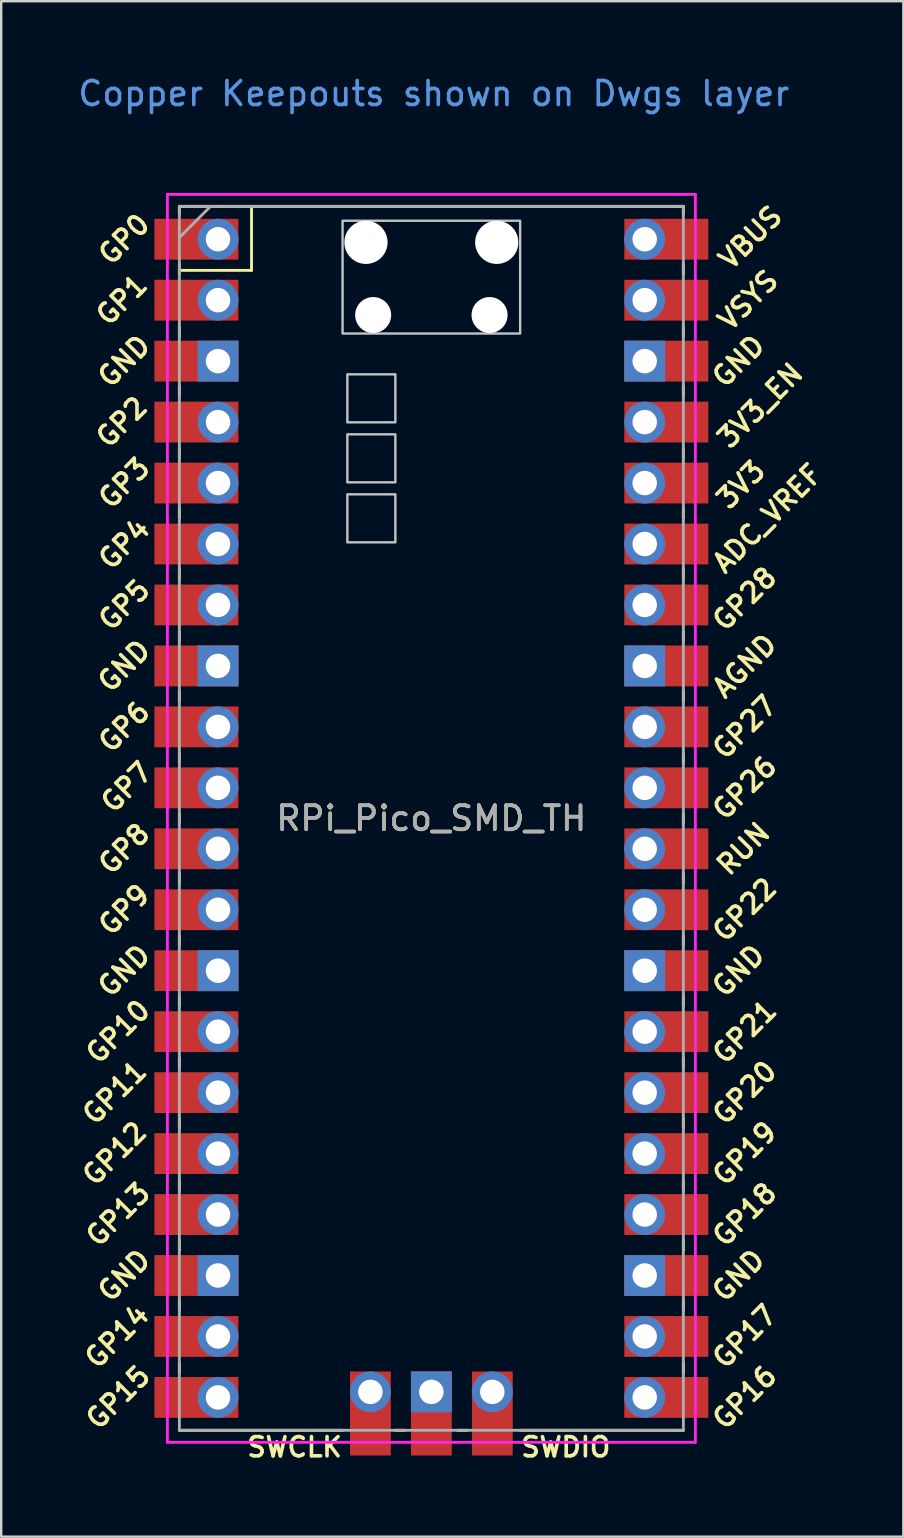
<source format=kicad_pcb>
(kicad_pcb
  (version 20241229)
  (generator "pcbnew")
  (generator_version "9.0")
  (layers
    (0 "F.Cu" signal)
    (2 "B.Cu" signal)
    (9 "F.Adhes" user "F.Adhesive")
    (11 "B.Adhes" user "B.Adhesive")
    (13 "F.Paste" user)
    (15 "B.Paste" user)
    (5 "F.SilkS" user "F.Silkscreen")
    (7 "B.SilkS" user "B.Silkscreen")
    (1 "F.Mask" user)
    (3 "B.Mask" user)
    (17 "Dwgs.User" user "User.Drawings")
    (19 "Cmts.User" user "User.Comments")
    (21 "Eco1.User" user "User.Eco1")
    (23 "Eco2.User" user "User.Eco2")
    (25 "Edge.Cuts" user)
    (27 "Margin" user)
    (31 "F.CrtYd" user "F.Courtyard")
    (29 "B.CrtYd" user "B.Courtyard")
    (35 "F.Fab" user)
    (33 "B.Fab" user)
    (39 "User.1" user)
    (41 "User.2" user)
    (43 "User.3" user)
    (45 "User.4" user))
  (footprint "RPi_Pico_SMD_TH"
    (layer "F.Cu")
    (at 14.924 31.048)
    (property "Reference" "RPi_Pico_SMD_TH" (at 0 0 0) (layer "F.SilkS") (effects (font (size 1 1) (thickness 0.15))))
    (attr through_hole)
    (fp_line (start -10.5 -25.5) (end -10.5 -25.2) (stroke (width 0.12) (type solid)) (layer "F.SilkS"))
    (fp_line (start -10.5 -25.5) (end 10.5 -25.5) (stroke (width 0.12) (type solid)) (layer "F.SilkS"))
    (fp_line (start -10.5 -23.1) (end -10.5 -22.7) (stroke (width 0.12) (type solid)) (layer "F.SilkS"))
    (fp_line (start -10.5 -22.833) (end -7.493 -22.833) (stroke (width 0.12) (type solid)) (layer "F.SilkS"))
    (fp_line (start -10.5 -20.5) (end -10.5 -20.1) (stroke (width 0.12) (type solid)) (layer "F.SilkS"))
    (fp_line (start -10.5 -18) (end -10.5 -17.6) (stroke (width 0.12) (type solid)) (layer "F.SilkS"))
    (fp_line (start -10.5 -15.4) (end -10.5 -15) (stroke (width 0.12) (type solid)) (layer "F.SilkS"))
    (fp_line (start -10.5 -12.9) (end -10.5 -12.5) (stroke (width 0.12) (type solid)) (layer "F.SilkS"))
    (fp_line (start -10.5 -10.4) (end -10.5 -10) (stroke (width 0.12) (type solid)) (layer "F.SilkS"))
    (fp_line (start -10.5 -7.8) (end -10.5 -7.4) (stroke (width 0.12) (type solid)) (layer "F.SilkS"))
    (fp_line (start -10.5 -5.3) (end -10.5 -4.9) (stroke (width 0.12) (type solid)) (layer "F.SilkS"))
    (fp_line (start -10.5 -2.7) (end -10.5 -2.3) (stroke (width 0.12) (type solid)) (layer "F.SilkS"))
    (fp_line (start -10.5 -0.2) (end -10.5 0.2) (stroke (width 0.12) (type solid)) (layer "F.SilkS"))
    (fp_line (start -10.5 2.3) (end -10.5 2.7) (stroke (width 0.12) (type solid)) (layer "F.SilkS"))
    (fp_line (start -10.5 4.9) (end -10.5 5.3) (stroke (width 0.12) (type solid)) (layer "F.SilkS"))
    (fp_line (start -10.5 7.4) (end -10.5 7.8) (stroke (width 0.12) (type solid)) (layer "F.SilkS"))
    (fp_line (start -10.5 10) (end -10.5 10.4) (stroke (width 0.12) (type solid)) (layer "F.SilkS"))
    (fp_line (start -10.5 12.5) (end -10.5 12.9) (stroke (width 0.12) (type solid)) (layer "F.SilkS"))
    (fp_line (start -10.5 15.1) (end -10.5 15.5) (stroke (width 0.12) (type solid)) (layer "F.SilkS"))
    (fp_line (start -10.5 17.6) (end -10.5 18) (stroke (width 0.12) (type solid)) (layer "F.SilkS"))
    (fp_line (start -10.5 20.1) (end -10.5 20.5) (stroke (width 0.12) (type solid)) (layer "F.SilkS"))
    (fp_line (start -10.5 22.7) (end -10.5 23.1) (stroke (width 0.12) (type solid)) (layer "F.SilkS"))
    (fp_line (start -7.493 -22.833) (end -7.493 -25.5) (stroke (width 0.12) (type solid)) (layer "F.SilkS"))
    (fp_line (start -3.7 25.5) (end -10.5 25.5) (stroke (width 0.12) (type solid)) (layer "F.SilkS"))
    (fp_line (start -1.5 25.5) (end -1.1 25.5) (stroke (width 0.12) (type solid)) (layer "F.SilkS"))
    (fp_line (start 1.1 25.5) (end 1.5 25.5) (stroke (width 0.12) (type solid)) (layer "F.SilkS"))
    (fp_line (start 10.5 -25.5) (end 10.5 -25.2) (stroke (width 0.12) (type solid)) (layer "F.SilkS"))
    (fp_line (start 10.5 -23.1) (end 10.5 -22.7) (stroke (width 0.12) (type solid)) (layer "F.SilkS"))
    (fp_line (start 10.5 -20.5) (end 10.5 -20.1) (stroke (width 0.12) (type solid)) (layer "F.SilkS"))
    (fp_line (start 10.5 -18) (end 10.5 -17.6) (stroke (width 0.12) (type solid)) (layer "F.SilkS"))
    (fp_line (start 10.5 -15.4) (end 10.5 -15) (stroke (width 0.12) (type solid)) (layer "F.SilkS"))
    (fp_line (start 10.5 -12.9) (end 10.5 -12.5) (stroke (width 0.12) (type solid)) (layer "F.SilkS"))
    (fp_line (start 10.5 -10.4) (end 10.5 -10) (stroke (width 0.12) (type solid)) (layer "F.SilkS"))
    (fp_line (start 10.5 -7.8) (end 10.5 -7.4) (stroke (width 0.12) (type solid)) (layer "F.SilkS"))
    (fp_line (start 10.5 -5.3) (end 10.5 -4.9) (stroke (width 0.12) (type solid)) (layer "F.SilkS"))
    (fp_line (start 10.5 -2.7) (end 10.5 -2.3) (stroke (width 0.12) (type solid)) (layer "F.SilkS"))
    (fp_line (start 10.5 -0.2) (end 10.5 0.2) (stroke (width 0.12) (type solid)) (layer "F.SilkS"))
    (fp_line (start 10.5 2.3) (end 10.5 2.7) (stroke (width 0.12) (type solid)) (layer "F.SilkS"))
    (fp_line (start 10.5 4.9) (end 10.5 5.3) (stroke (width 0.12) (type solid)) (layer "F.SilkS"))
    (fp_line (start 10.5 7.4) (end 10.5 7.8) (stroke (width 0.12) (type solid)) (layer "F.SilkS"))
    (fp_line (start 10.5 10) (end 10.5 10.4) (stroke (width 0.12) (type solid)) (layer "F.SilkS"))
    (fp_line (start 10.5 12.5) (end 10.5 12.9) (stroke (width 0.12) (type solid)) (layer "F.SilkS"))
    (fp_line (start 10.5 15.1) (end 10.5 15.5) (stroke (width 0.12) (type solid)) (layer "F.SilkS"))
    (fp_line (start 10.5 17.6) (end 10.5 18) (stroke (width 0.12) (type solid)) (layer "F.SilkS"))
    (fp_line (start 10.5 20.1) (end 10.5 20.5) (stroke (width 0.12) (type solid)) (layer "F.SilkS"))
    (fp_line (start 10.5 22.7) (end 10.5 23.1) (stroke (width 0.12) (type solid)) (layer "F.SilkS"))
    (fp_line (start 10.5 25.5) (end 3.7 25.5) (stroke (width 0.12) (type solid)) (layer "F.SilkS"))
    (fp_poly (pts (xy -1.5 -16.5) (xy -3.5 -16.5) (xy -3.5 -18.5) (xy -1.5 -18.5)) (stroke (width 0.1) (type solid)) (fill no) (layer "Dwgs.User"))
    (fp_poly (pts (xy -1.5 -14) (xy -3.5 -14) (xy -3.5 -16) (xy -1.5 -16)) (stroke (width 0.1) (type solid)) (fill no) (layer "Dwgs.User"))
    (fp_poly (pts (xy -1.5 -11.5) (xy -3.5 -11.5) (xy -3.5 -13.5) (xy -1.5 -13.5)) (stroke (width 0.1) (type solid)) (fill no) (layer "Dwgs.User"))
    (fp_poly (pts (xy 3.7 -20.2) (xy -3.7 -20.2) (xy -3.7 -24.9) (xy 3.7 -24.9)) (stroke (width 0.1) (type solid)) (fill no) (layer "Dwgs.User"))
    (fp_line (start -11 -26) (end 11 -26) (stroke (width 0.12) (type solid)) (layer "F.CrtYd"))
    (fp_line (start -11 26) (end -11 -26) (stroke (width 0.12) (type solid)) (layer "F.CrtYd"))
    (fp_line (start 11 -26) (end 11 26) (stroke (width 0.12) (type solid)) (layer "F.CrtYd"))
    (fp_line (start 11 26) (end -11 26) (stroke (width 0.12) (type solid)) (layer "F.CrtYd"))
    (fp_line (start -10.5 -25.5) (end 10.5 -25.5) (stroke (width 0.12) (type solid)) (layer "F.Fab"))
    (fp_line (start -10.5 -24.2) (end -9.2 -25.5) (stroke (width 0.12) (type solid)) (layer "F.Fab"))
    (fp_line (start -10.5 25.5) (end -10.5 -25.5) (stroke (width 0.12) (type solid)) (layer "F.Fab"))
    (fp_line (start 10.5 -25.5) (end 10.5 25.5) (stroke (width 0.12) (type solid)) (layer "F.Fab"))
    (fp_line (start 10.5 25.5) (end -10.5 25.5) (stroke (width 0.12) (type solid)) (layer "F.Fab"))
    (fp_text user "GP13" (at -13.054 16.51 45) (layer "F.SilkS") (effects (font (size 0.8 0.8) (thickness 0.15))))
    (fp_text user "GND" (at 12.8 19.05 45) (layer "F.SilkS") (effects (font (size 0.8 0.8) (thickness 0.15))))
    (fp_text user "GP3" (at -12.8 -13.97 45) (layer "F.SilkS") (effects (font (size 0.8 0.8) (thickness 0.15))))
    (fp_text user "GP16" (at 13.054 24.13 45) (layer "F.SilkS") (effects (font (size 0.8 0.8) (thickness 0.15))))
    (fp_text user "GP22" (at 13.054 3.81 45) (layer "F.SilkS") (effects (font (size 0.8 0.8) (thickness 0.15))))
    (fp_text user "GP18" (at 13.054 16.51 45) (layer "F.SilkS") (effects (font (size 0.8 0.8) (thickness 0.15))))
    (fp_text user "ADC_VREF" (at 14 -12.5 45) (layer "F.SilkS") (effects (font (size 0.8 0.8) (thickness 0.15))))
    (fp_text user "RUN" (at 13 1.27 45) (layer "F.SilkS") (effects (font (size 0.8 0.8) (thickness 0.15))))
    (fp_text user "GP1" (at -12.9 -21.6 45) (layer "F.SilkS") (effects (font (size 0.8 0.8) (thickness 0.15))))
    (fp_text user "GP21" (at 13.054 8.9 45) (layer "F.SilkS") (effects (font (size 0.8 0.8) (thickness 0.15))))
    (fp_text user "SWCLK" (at -5.7 26.2 0) (layer "F.SilkS") (effects (font (size 0.8 0.8) (thickness 0.15))))
    (fp_text user "GND" (at -12.8 19.05 45) (layer "F.SilkS") (effects (font (size 0.8 0.8) (thickness 0.15))))
    (fp_text user "GP28" (at 13.054 -9.144 45) (layer "F.SilkS") (effects (font (size 0.8 0.8) (thickness 0.15))))
    (fp_text user "GP5" (at -12.8 -8.89 45) (layer "F.SilkS") (effects (font (size 0.8 0.8) (thickness 0.15))))
    (fp_text user "GP7" (at -12.7 -1.3 45) (layer "F.SilkS") (effects (font (size 0.8 0.8) (thickness 0.15))))
    (fp_text user "GP6" (at -12.8 -3.81 45) (layer "F.SilkS") (effects (font (size 0.8 0.8) (thickness 0.15))))
    (fp_text user "GND" (at -12.8 -19.05 45) (layer "F.SilkS") (effects (font (size 0.8 0.8) (thickness 0.15))))
    (fp_text user "VBUS" (at 13.3 -24.2 45) (layer "F.SilkS") (effects (font (size 0.8 0.8) (thickness 0.15))))
    (fp_text user "GP10" (at -13.054 8.89 45) (layer "F.SilkS") (effects (font (size 0.8 0.8) (thickness 0.15))))
    (fp_text user "GP8" (at -12.8 1.27 45) (layer "F.SilkS") (effects (font (size 0.8 0.8) (thickness 0.15))))
    (fp_text user "GP4" (at -12.8 -11.43 45) (layer "F.SilkS") (effects (font (size 0.8 0.8) (thickness 0.15))))
    (fp_text user "AGND" (at 13.054 -6.35 45) (layer "F.SilkS") (effects (font (size 0.8 0.8) (thickness 0.15))))
    (fp_text user "GND" (at 12.8 -19.05 45) (layer "F.SilkS") (effects (font (size 0.8 0.8) (thickness 0.15))))
    (fp_text user "GP12" (at -13.2 13.97 45) (layer "F.SilkS") (effects (font (size 0.8 0.8) (thickness 0.15))))
    (fp_text user "GP20" (at 13.054 11.43 45) (layer "F.SilkS") (effects (font (size 0.8 0.8) (thickness 0.15))))
    (fp_text user "GP17" (at 13.054 21.59 45) (layer "F.SilkS") (effects (font (size 0.8 0.8) (thickness 0.15))))
    (fp_text user "GND" (at -12.8 6.35 45) (layer "F.SilkS") (effects (font (size 0.8 0.8) (thickness 0.15))))
    (fp_text user "GP19" (at 13.054 13.97 45) (layer "F.SilkS") (effects (font (size 0.8 0.8) (thickness 0.15))))
    (fp_text user "GP11" (at -13.2 11.43 45) (layer "F.SilkS") (effects (font (size 0.8 0.8) (thickness 0.15))))
    (fp_text user "GND" (at 12.8 6.35 45) (layer "F.SilkS") (effects (font (size 0.8 0.8) (thickness 0.15))))
    (fp_text user "GP2" (at -12.9 -16.51 45) (layer "F.SilkS") (effects (font (size 0.8 0.8) (thickness 0.15))))
    (fp_text user "GP9" (at -12.8 3.81 45) (layer "F.SilkS") (effects (font (size 0.8 0.8) (thickness 0.15))))
    (fp_text user "3V3_EN" (at 13.7 -17.2 45) (layer "F.SilkS") (effects (font (size 0.8 0.8) (thickness 0.15))))
    (fp_text user "GND" (at -12.8 -6.35 45) (layer "F.SilkS") (effects (font (size 0.8 0.8) (thickness 0.15))))
    (fp_text user "GP26" (at 13.054 -1.27 45) (layer "F.SilkS") (effects (font (size 0.8 0.8) (thickness 0.15))))
    (fp_text user "GP0" (at -12.8 -24.13 45) (layer "F.SilkS") (effects (font (size 0.8 0.8) (thickness 0.15))))
    (fp_text user "GP27" (at 13.054 -3.8 45) (layer "F.SilkS") (effects (font (size 0.8 0.8) (thickness 0.15))))
    (fp_text user "GP14" (at -13.1 21.59 45) (layer "F.SilkS") (effects (font (size 0.8 0.8) (thickness 0.15))))
    (fp_text user "SWDIO" (at 5.6 26.2 0) (layer "F.SilkS") (effects (font (size 0.8 0.8) (thickness 0.15))))
    (fp_text user "3V3" (at 12.9 -13.9 45) (layer "F.SilkS") (effects (font (size 0.8 0.8) (thickness 0.15))))
    (fp_text user "VSYS" (at 13.2 -21.59 45) (layer "F.SilkS") (effects (font (size 0.8 0.8) (thickness 0.15))))
    (fp_text user "GP15" (at -13.054 24.13 45) (layer "F.SilkS") (effects (font (size 0.8 0.8) (thickness 0.15))))
    (fp_text user "Copper Keepouts shown on Dwgs layer" (at 0.1 -30.2 0) (layer "Cmts.User") (effects (font (size 1 1) (thickness 0.15))))
    (fp_text user "${REFERENCE}" (at 0 0 180) (layer "F.Fab") (effects (font (size 1 1) (thickness 0.15))))
    (pad "" np_thru_hole oval (at -2.725 -24) (size 1.8 1.8) (drill 1.8) (layers "*.Cu" "*.Mask"))
    (pad "" np_thru_hole oval (at -2.425 -20.97) (size 1.5 1.5) (drill 1.5) (layers "*.Cu" "*.Mask"))
    (pad "" np_thru_hole oval (at 2.425 -20.97) (size 1.5 1.5) (drill 1.5) (layers "*.Cu" "*.Mask"))
    (pad "" np_thru_hole oval (at 2.725 -24) (size 1.8 1.8) (drill 1.8) (layers "*.Cu" "*.Mask"))
    (pad "1" thru_hole oval (at -8.89 -24.13) (size 1.7 1.7) (drill 1.02) (layers "*.Cu" "*.Mask"))
    (pad "1" smd rect (at -8.89 -24.13) (size 3.5 1.7) (drill (offset -0.9 0)) (layers "F.Cu" "F.Mask"))
    (pad "2" thru_hole oval (at -8.89 -21.59) (size 1.7 1.7) (drill 1.02) (layers "*.Cu" "*.Mask"))
    (pad "2" smd rect (at -8.89 -21.59) (size 3.5 1.7) (drill (offset -0.9 0)) (layers "F.Cu" "F.Mask"))
    (pad "3" thru_hole rect (at -8.89 -19.05) (size 1.7 1.7) (drill 1.02) (layers "*.Cu" "*.Mask"))
    (pad "3" smd rect (at -8.89 -19.05) (size 3.5 1.7) (drill (offset -0.9 0)) (layers "F.Cu" "F.Mask"))
    (pad "4" thru_hole oval (at -8.89 -16.51) (size 1.7 1.7) (drill 1.02) (layers "*.Cu" "*.Mask"))
    (pad "4" smd rect (at -8.89 -16.51) (size 3.5 1.7) (drill (offset -0.9 0)) (layers "F.Cu" "F.Mask"))
    (pad "5" thru_hole oval (at -8.89 -13.97) (size 1.7 1.7) (drill 1.02) (layers "*.Cu" "*.Mask"))
    (pad "5" smd rect (at -8.89 -13.97) (size 3.5 1.7) (drill (offset -0.9 0)) (layers "F.Cu" "F.Mask"))
    (pad "6" thru_hole oval (at -8.89 -11.43) (size 1.7 1.7) (drill 1.02) (layers "*.Cu" "*.Mask"))
    (pad "6" smd rect (at -8.89 -11.43) (size 3.5 1.7) (drill (offset -0.9 0)) (layers "F.Cu" "F.Mask"))
    (pad "7" thru_hole oval (at -8.89 -8.89) (size 1.7 1.7) (drill 1.02) (layers "*.Cu" "*.Mask"))
    (pad "7" smd rect (at -8.89 -8.89) (size 3.5 1.7) (drill (offset -0.9 0)) (layers "F.Cu" "F.Mask"))
    (pad "8" thru_hole rect (at -8.89 -6.35) (size 1.7 1.7) (drill 1.02) (layers "*.Cu" "*.Mask"))
    (pad "8" smd rect (at -8.89 -6.35) (size 3.5 1.7) (drill (offset -0.9 0)) (layers "F.Cu" "F.Mask"))
    (pad "9" thru_hole oval (at -8.89 -3.81) (size 1.7 1.7) (drill 1.02) (layers "*.Cu" "*.Mask"))
    (pad "9" smd rect (at -8.89 -3.81) (size 3.5 1.7) (drill (offset -0.9 0)) (layers "F.Cu" "F.Mask"))
    (pad "10" thru_hole oval (at -8.89 -1.27) (size 1.7 1.7) (drill 1.02) (layers "*.Cu" "*.Mask"))
    (pad "10" smd rect (at -8.89 -1.27) (size 3.5 1.7) (drill (offset -0.9 0)) (layers "F.Cu" "F.Mask"))
    (pad "11" thru_hole oval (at -8.89 1.27) (size 1.7 1.7) (drill 1.02) (layers "*.Cu" "*.Mask"))
    (pad "11" smd rect (at -8.89 1.27) (size 3.5 1.7) (drill (offset -0.9 0)) (layers "F.Cu" "F.Mask"))
    (pad "12" thru_hole oval (at -8.89 3.81) (size 1.7 1.7) (drill 1.02) (layers "*.Cu" "*.Mask"))
    (pad "12" smd rect (at -8.89 3.81) (size 3.5 1.7) (drill (offset -0.9 0)) (layers "F.Cu" "F.Mask"))
    (pad "13" thru_hole rect (at -8.89 6.35) (size 1.7 1.7) (drill 1.02) (layers "*.Cu" "*.Mask"))
    (pad "13" smd rect (at -8.89 6.35) (size 3.5 1.7) (drill (offset -0.9 0)) (layers "F.Cu" "F.Mask"))
    (pad "14" thru_hole oval (at -8.89 8.89) (size 1.7 1.7) (drill 1.02) (layers "*.Cu" "*.Mask"))
    (pad "14" smd rect (at -8.89 8.89) (size 3.5 1.7) (drill (offset -0.9 0)) (layers "F.Cu" "F.Mask"))
    (pad "15" thru_hole oval (at -8.89 11.43) (size 1.7 1.7) (drill 1.02) (layers "*.Cu" "*.Mask"))
    (pad "15" smd rect (at -8.89 11.43) (size 3.5 1.7) (drill (offset -0.9 0)) (layers "F.Cu" "F.Mask"))
    (pad "16" thru_hole oval (at -8.89 13.97) (size 1.7 1.7) (drill 1.02) (layers "*.Cu" "*.Mask"))
    (pad "16" smd rect (at -8.89 13.97) (size 3.5 1.7) (drill (offset -0.9 0)) (layers "F.Cu" "F.Mask"))
    (pad "17" thru_hole oval (at -8.89 16.51) (size 1.7 1.7) (drill 1.02) (layers "*.Cu" "*.Mask"))
    (pad "17" smd rect (at -8.89 16.51) (size 3.5 1.7) (drill (offset -0.9 0)) (layers "F.Cu" "F.Mask"))
    (pad "18" thru_hole rect (at -8.89 19.05) (size 1.7 1.7) (drill 1.02) (layers "*.Cu" "*.Mask"))
    (pad "18" smd rect (at -8.89 19.05) (size 3.5 1.7) (drill (offset -0.9 0)) (layers "F.Cu" "F.Mask"))
    (pad "19" thru_hole oval (at -8.89 21.59) (size 1.7 1.7) (drill 1.02) (layers "*.Cu" "*.Mask"))
    (pad "19" smd rect (at -8.89 21.59) (size 3.5 1.7) (drill (offset -0.9 0)) (layers "F.Cu" "F.Mask"))
    (pad "20" thru_hole oval (at -8.89 24.13) (size 1.7 1.7) (drill 1.02) (layers "*.Cu" "*.Mask"))
    (pad "20" smd rect (at -8.89 24.13) (size 3.5 1.7) (drill (offset -0.9 0)) (layers "F.Cu" "F.Mask"))
    (pad "21" thru_hole oval (at 8.89 24.13) (size 1.7 1.7) (drill 1.02) (layers "*.Cu" "*.Mask"))
    (pad "21" smd rect (at 8.89 24.13) (size 3.5 1.7) (drill (offset 0.9 0)) (layers "F.Cu" "F.Mask"))
    (pad "22" thru_hole oval (at 8.89 21.59) (size 1.7 1.7) (drill 1.02) (layers "*.Cu" "*.Mask"))
    (pad "22" smd rect (at 8.89 21.59) (size 3.5 1.7) (drill (offset 0.9 0)) (layers "F.Cu" "F.Mask"))
    (pad "23" thru_hole rect (at 8.89 19.05) (size 1.7 1.7) (drill 1.02) (layers "*.Cu" "*.Mask"))
    (pad "23" smd rect (at 8.89 19.05) (size 3.5 1.7) (drill (offset 0.9 0)) (layers "F.Cu" "F.Mask"))
    (pad "24" thru_hole oval (at 8.89 16.51) (size 1.7 1.7) (drill 1.02) (layers "*.Cu" "*.Mask"))
    (pad "24" smd rect (at 8.89 16.51) (size 3.5 1.7) (drill (offset 0.9 0)) (layers "F.Cu" "F.Mask"))
    (pad "25" thru_hole oval (at 8.89 13.97) (size 1.7 1.7) (drill 1.02) (layers "*.Cu" "*.Mask"))
    (pad "25" smd rect (at 8.89 13.97) (size 3.5 1.7) (drill (offset 0.9 0)) (layers "F.Cu" "F.Mask"))
    (pad "26" thru_hole oval (at 8.89 11.43) (size 1.7 1.7) (drill 1.02) (layers "*.Cu" "*.Mask"))
    (pad "26" smd rect (at 8.89 11.43) (size 3.5 1.7) (drill (offset 0.9 0)) (layers "F.Cu" "F.Mask"))
    (pad "27" thru_hole oval (at 8.89 8.89) (size 1.7 1.7) (drill 1.02) (layers "*.Cu" "*.Mask"))
    (pad "27" smd rect (at 8.89 8.89) (size 3.5 1.7) (drill (offset 0.9 0)) (layers "F.Cu" "F.Mask"))
    (pad "28" thru_hole rect (at 8.89 6.35) (size 1.7 1.7) (drill 1.02) (layers "*.Cu" "*.Mask"))
    (pad "28" smd rect (at 8.89 6.35) (size 3.5 1.7) (drill (offset 0.9 0)) (layers "F.Cu" "F.Mask"))
    (pad "29" thru_hole oval (at 8.89 3.81) (size 1.7 1.7) (drill 1.02) (layers "*.Cu" "*.Mask"))
    (pad "29" smd rect (at 8.89 3.81) (size 3.5 1.7) (drill (offset 0.9 0)) (layers "F.Cu" "F.Mask"))
    (pad "30" thru_hole oval (at 8.89 1.27) (size 1.7 1.7) (drill 1.02) (layers "*.Cu" "*.Mask"))
    (pad "30" smd rect (at 8.89 1.27) (size 3.5 1.7) (drill (offset 0.9 0)) (layers "F.Cu" "F.Mask"))
    (pad "31" thru_hole oval (at 8.89 -1.27) (size 1.7 1.7) (drill 1.02) (layers "*.Cu" "*.Mask"))
    (pad "31" smd rect (at 8.89 -1.27) (size 3.5 1.7) (drill (offset 0.9 0)) (layers "F.Cu" "F.Mask"))
    (pad "32" thru_hole oval (at 8.89 -3.81) (size 1.7 1.7) (drill 1.02) (layers "*.Cu" "*.Mask"))
    (pad "32" smd rect (at 8.89 -3.81) (size 3.5 1.7) (drill (offset 0.9 0)) (layers "F.Cu" "F.Mask"))
    (pad "33" thru_hole rect (at 8.89 -6.35) (size 1.7 1.7) (drill 1.02) (layers "*.Cu" "*.Mask"))
    (pad "33" smd rect (at 8.89 -6.35) (size 3.5 1.7) (drill (offset 0.9 0)) (layers "F.Cu" "F.Mask"))
    (pad "34" thru_hole oval (at 8.89 -8.89) (size 1.7 1.7) (drill 1.02) (layers "*.Cu" "*.Mask"))
    (pad "34" smd rect (at 8.89 -8.89) (size 3.5 1.7) (drill (offset 0.9 0)) (layers "F.Cu" "F.Mask"))
    (pad "35" thru_hole oval (at 8.89 -11.43) (size 1.7 1.7) (drill 1.02) (layers "*.Cu" "*.Mask"))
    (pad "35" smd rect (at 8.89 -11.43) (size 3.5 1.7) (drill (offset 0.9 0)) (layers "F.Cu" "F.Mask"))
    (pad "36" thru_hole oval (at 8.89 -13.97) (size 1.7 1.7) (drill 1.02) (layers "*.Cu" "*.Mask"))
    (pad "36" smd rect (at 8.89 -13.97) (size 3.5 1.7) (drill (offset 0.9 0)) (layers "F.Cu" "F.Mask"))
    (pad "37" thru_hole oval (at 8.89 -16.51) (size 1.7 1.7) (drill 1.02) (layers "*.Cu" "*.Mask"))
    (pad "37" smd rect (at 8.89 -16.51) (size 3.5 1.7) (drill (offset 0.9 0)) (layers "F.Cu" "F.Mask"))
    (pad "38" thru_hole rect (at 8.89 -19.05) (size 1.7 1.7) (drill 1.02) (layers "*.Cu" "*.Mask"))
    (pad "38" smd rect (at 8.89 -19.05) (size 3.5 1.7) (drill (offset 0.9 0)) (layers "F.Cu" "F.Mask"))
    (pad "39" thru_hole oval (at 8.89 -21.59) (size 1.7 1.7) (drill 1.02) (layers "*.Cu" "*.Mask"))
    (pad "39" smd rect (at 8.89 -21.59) (size 3.5 1.7) (drill (offset 0.9 0)) (layers "F.Cu" "F.Mask"))
    (pad "40" thru_hole oval (at 8.89 -24.13) (size 1.7 1.7) (drill 1.02) (layers "*.Cu" "*.Mask"))
    (pad "40" smd rect (at 8.89 -24.13) (size 3.5 1.7) (drill (offset 0.9 0)) (layers "F.Cu" "F.Mask"))
    (pad "41" thru_hole oval (at -2.54 23.9) (size 1.7 1.7) (drill 1.02) (layers "*.Cu" "*.Mask"))
    (pad "41" smd rect (at -2.54 23.9 90) (size 3.5 1.7) (drill (offset -0.9 0)) (layers "F.Cu" "F.Mask"))
    (pad "42" thru_hole rect (at 0 23.9) (size 1.7 1.7) (drill 1.02) (layers "*.Cu" "*.Mask"))
    (pad "42" smd rect (at 0 23.9 90) (size 3.5 1.7) (drill (offset -0.9 0)) (layers "F.Cu" "F.Mask"))
    (pad "43" thru_hole oval (at 2.54 23.9) (size 1.7 1.7) (drill 1.02) (layers "*.Cu" "*.Mask"))
    (pad "43" smd rect (at 2.54 23.9 90) (size 3.5 1.7) (drill (offset -0.9 0)) (layers "F.Cu" "F.Mask")))
  (gr_rect
    (start -3 -3)
    (end 34.591 60.98)
    (stroke (width 0.1) (type default))
    (fill no)
    (layer "Edge.Cuts")))
</source>
